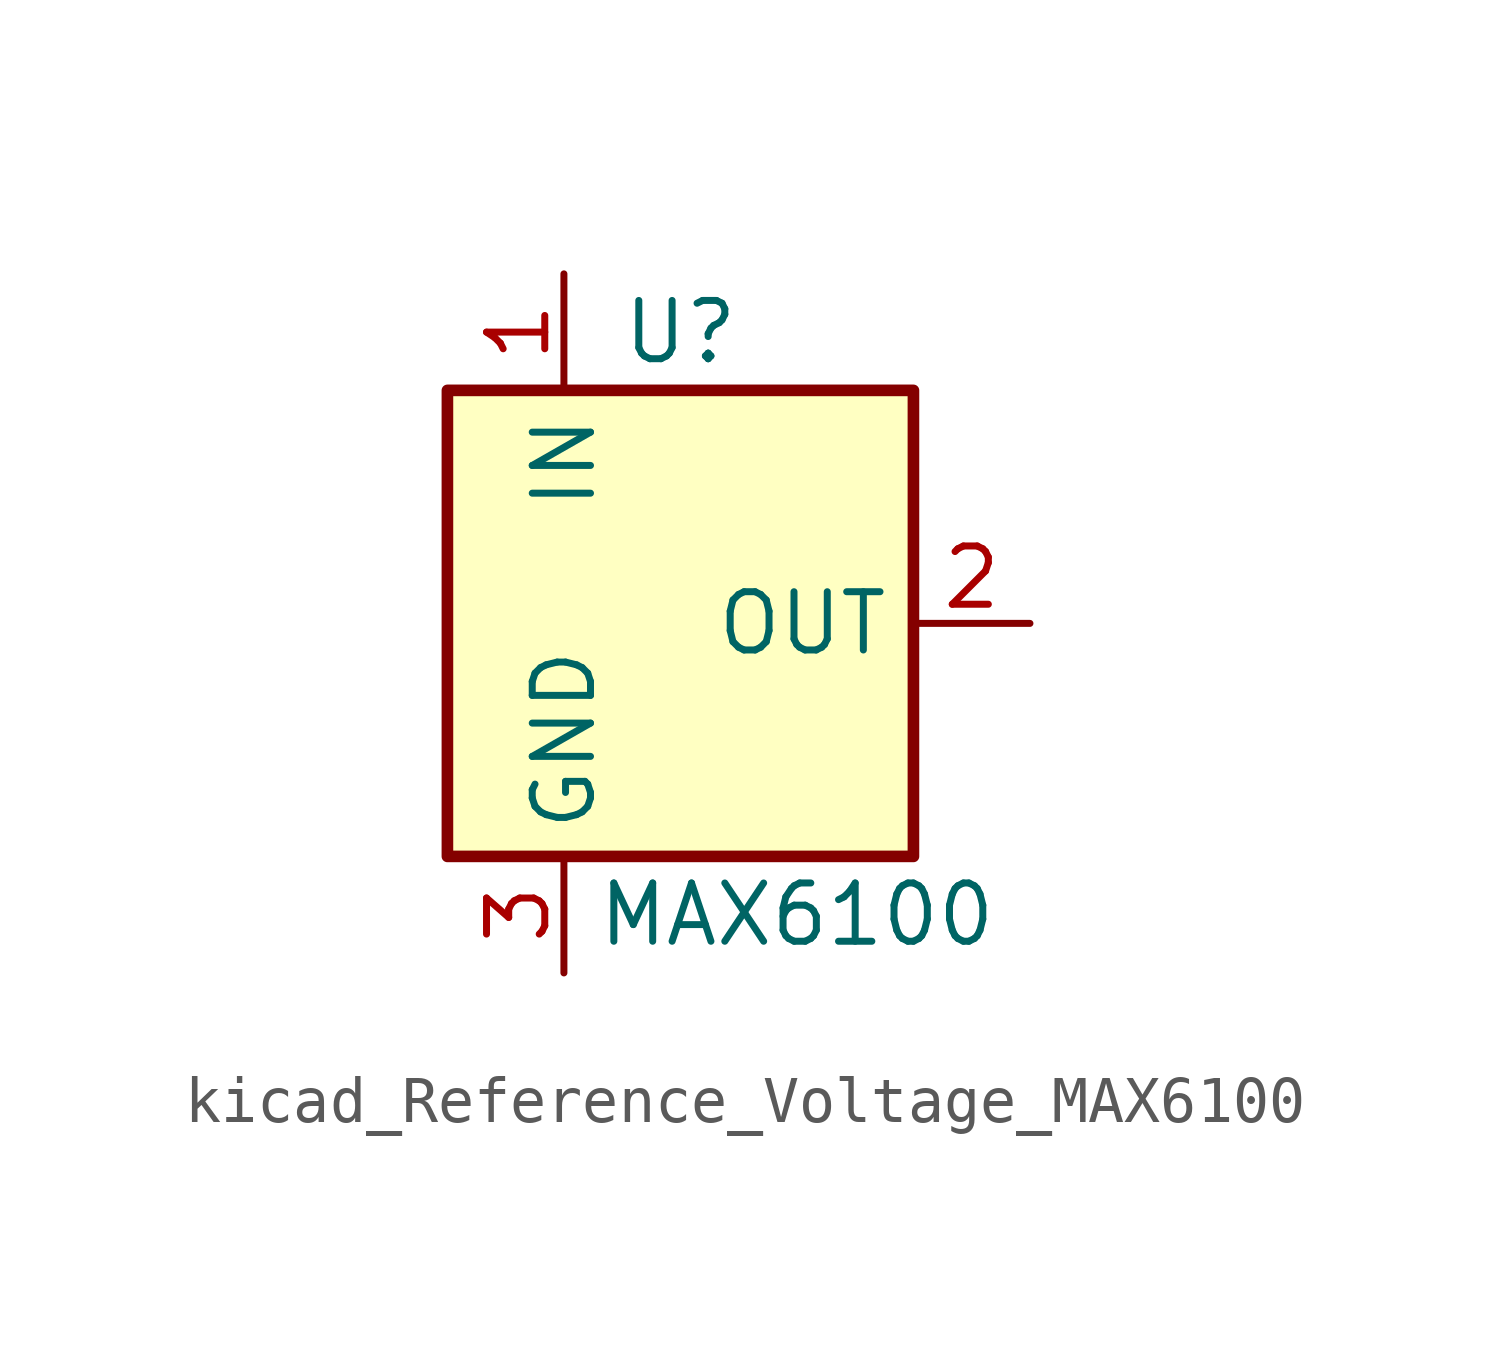
<source format=kicad_sym>
(kicad_symbol_lib
  (version 20220914)
  (generator kicad_symbol_editor)
  (symbol "kicad_Reference_Voltage_MAX6100"
    (property "Reference" "U"
      (at 0 6.35 0)
      (effects (font (size 1.27 1.27))))
    (property "Value" "MAX6100"
      (at 2.54 -6.35 0)
      (effects (font (size 1.27 1.27))))
    (symbol "kicad_Reference_Voltage_MAX6100_0_1"
      (rectangle (start -5.08 5.08) (end 5.08 -5.08) (stroke (width 0.254) (type default)) (fill (type background))))
    (symbol "kicad_Reference_Voltage_MAX6100_1_1"
      (pin power_in line (at -2.54 7.62 270) (length 2.54) (name "IN" (effects (font (size 1.27 1.27)))) (number "1" (effects (font (size 1.27 1.27)))))
      (pin power_out line (at 7.62 0 180) (length 2.54) (name "OUT" (effects (font (size 1.27 1.27)))) (number "2" (effects (font (size 1.27 1.27)))))
      (pin power_in line (at -2.54 -7.62 90) (length 2.54) (name "GND" (effects (font (size 1.27 1.27)))) (number "3" (effects (font (size 1.27 1.27))))))))
</source>
